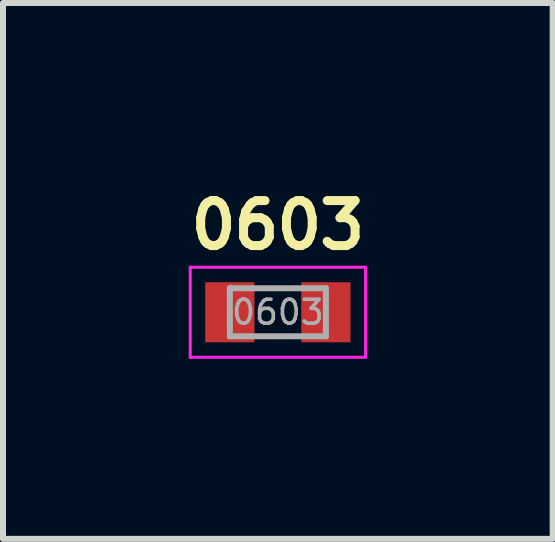
<source format=kicad_pcb>
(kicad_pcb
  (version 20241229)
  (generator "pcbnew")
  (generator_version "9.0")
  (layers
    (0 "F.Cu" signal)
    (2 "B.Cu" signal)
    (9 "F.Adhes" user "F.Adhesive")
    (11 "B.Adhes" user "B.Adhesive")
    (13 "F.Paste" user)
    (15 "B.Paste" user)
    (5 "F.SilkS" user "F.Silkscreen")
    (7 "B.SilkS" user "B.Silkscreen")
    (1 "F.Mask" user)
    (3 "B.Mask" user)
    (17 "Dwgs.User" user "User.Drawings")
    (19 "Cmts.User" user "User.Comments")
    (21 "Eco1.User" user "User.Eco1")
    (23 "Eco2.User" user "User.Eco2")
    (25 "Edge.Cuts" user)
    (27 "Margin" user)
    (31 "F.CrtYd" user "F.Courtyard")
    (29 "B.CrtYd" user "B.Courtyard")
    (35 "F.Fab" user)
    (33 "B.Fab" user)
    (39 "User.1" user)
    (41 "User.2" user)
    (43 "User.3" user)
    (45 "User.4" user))
  (footprint "0603"
    (layer "F.Cu")
    (at 1.579 2.152)
    (property "Reference" "0603" (at 0 -1.45 0) (layer "F.SilkS") (effects (font (size 0.75 0.75) (thickness 0.15))))
    (attr smd)
    (fp_line (start -1.46 -0.75) (end 1.46 -0.75) (stroke (width 0.05) (type solid)) (layer "F.CrtYd"))
    (fp_line (start -1.46 0.75) (end -1.46 -0.75) (stroke (width 0.05) (type solid)) (layer "F.CrtYd"))
    (fp_line (start 1.46 -0.75) (end 1.46 0.75) (stroke (width 0.05) (type solid)) (layer "F.CrtYd"))
    (fp_line (start 1.46 0.75) (end -1.46 0.75) (stroke (width 0.05) (type solid)) (layer "F.CrtYd"))
    (fp_line (start -0.8 -0.4) (end 0.8 -0.4) (stroke (width 0.1) (type solid)) (layer "F.Fab"))
    (fp_line (start -0.8 0.4) (end -0.8 -0.4) (stroke (width 0.1) (type solid)) (layer "F.Fab"))
    (fp_line (start 0.8 -0.4) (end 0.8 0.4) (stroke (width 0.1) (type solid)) (layer "F.Fab"))
    (fp_line (start 0.8 0.4) (end -0.8 0.4) (stroke (width 0.1) (type solid)) (layer "F.Fab"))
    (fp_text user "${REFERENCE}" (at 0 0 0) (layer "F.Fab") (effects (font (size 0.4 0.4) (thickness 0.06))))
    (pad "1" smd rect (at -0.8 0) (size 0.82 1) (layers "F.Cu" "F.Mask" "F.Paste"))
    (pad "2" smd rect (at 0.8 0) (size 0.82 1) (layers "F.Cu" "F.Mask" "F.Paste")))
  (gr_rect
    (start -3 -3)
    (end 6.157 5.927)
    (stroke (width 0.1) (type default))
    (fill no)
    (layer "Edge.Cuts")))
</source>
